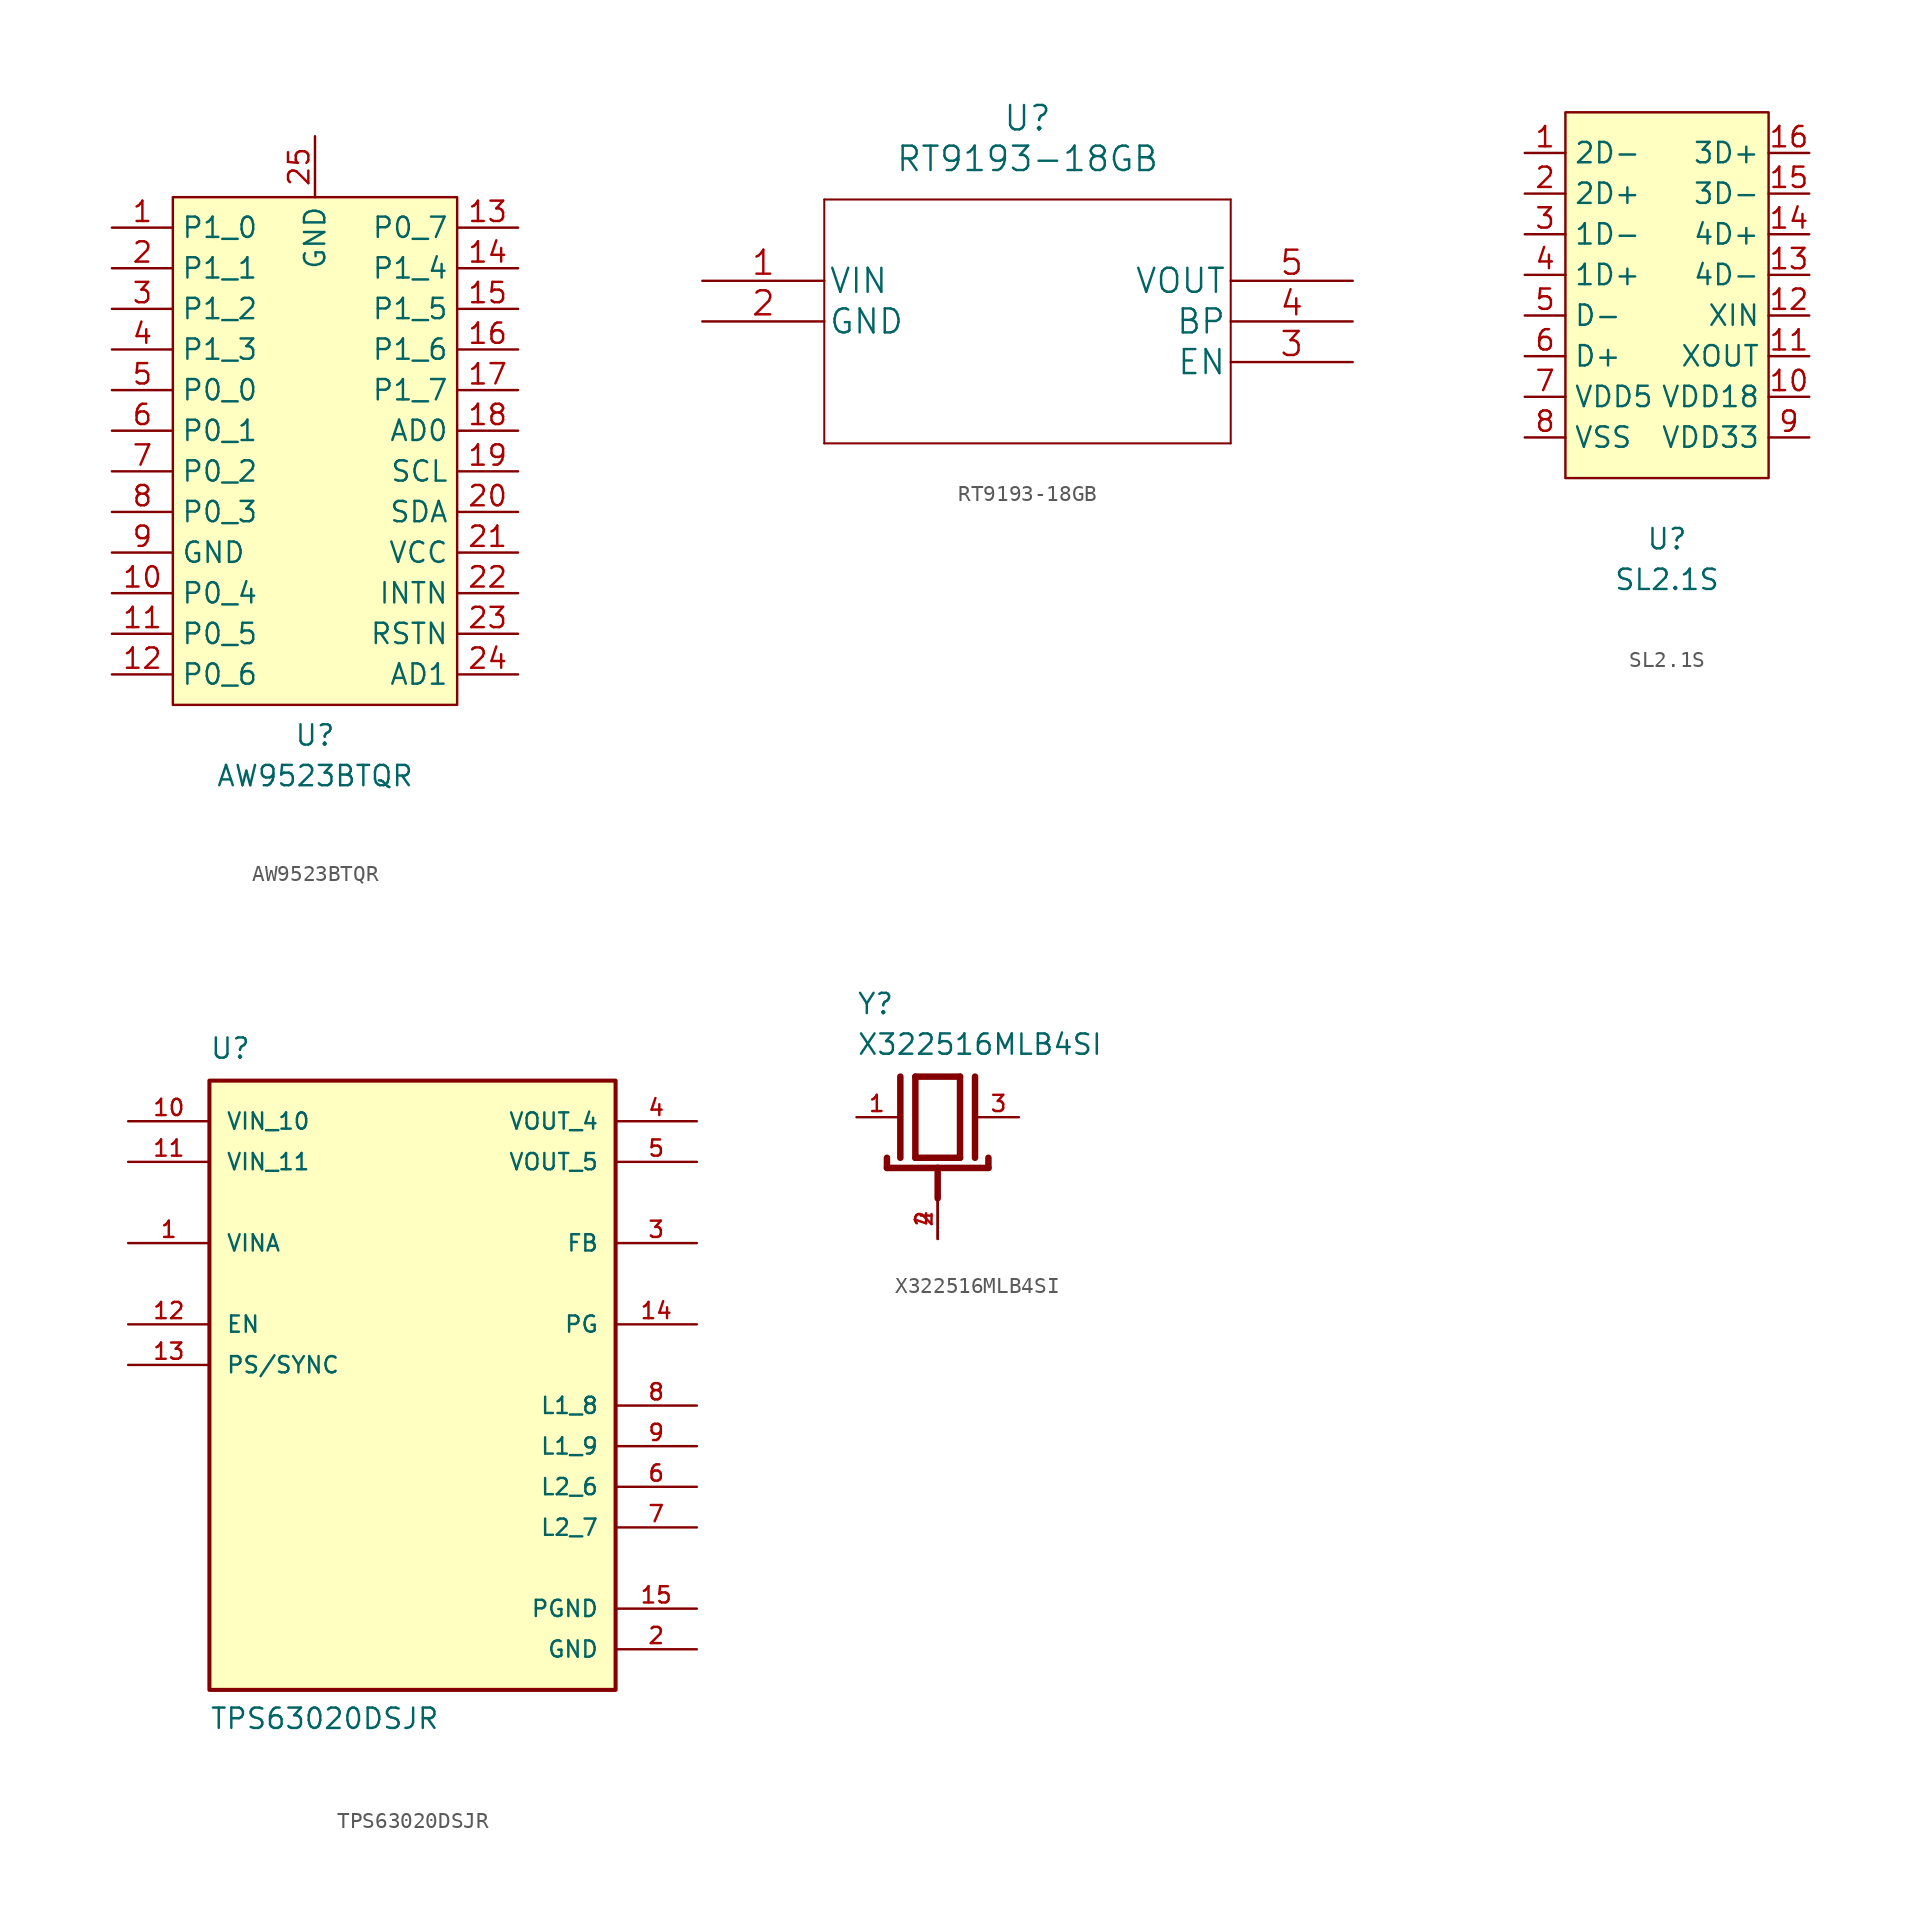
<source format=kicad_sym>
(kicad_symbol_lib
  (version 20211014)
  (generator kicad_symbol_editor)
  (symbol "AW9523BTQR"
    (property "Reference" "U"
      (at 0 -17.145 0)
      (effects (font (size 1.27 1.27))))
    (property "Value" "AW9523BTQR"
      (at 0 -19.685 0)
      (effects (font (size 1.27 1.27))))
    (symbol "AW9523BTQR_0_1"
      (rectangle (start -8.89 16.51) (end 8.89 -15.24) (stroke (width 0) (type default) (color 0 0 0 0)) (fill (type background))))
    (symbol "AW9523BTQR_1_1"
      (pin passive line (at -12.7 14.605 0) (length 3.81) (name "P1_0" (effects (font (size 1.27 1.27)))) (number "1" (effects (font (size 1.27 1.27)))))
      (pin passive line (at -12.7 -8.255 0) (length 3.81) (name "P0_4" (effects (font (size 1.27 1.27)))) (number "10" (effects (font (size 1.27 1.27)))))
      (pin passive line (at -12.7 -10.795 0) (length 3.81) (name "P0_5" (effects (font (size 1.27 1.27)))) (number "11" (effects (font (size 1.27 1.27)))))
      (pin passive line (at -12.7 -13.335 0) (length 3.81) (name "P0_6" (effects (font (size 1.27 1.27)))) (number "12" (effects (font (size 1.27 1.27)))))
      (pin passive line (at 12.7 14.605 180) (length 3.81) (name "P0_7" (effects (font (size 1.27 1.27)))) (number "13" (effects (font (size 1.27 1.27)))))
      (pin passive line (at 12.7 12.065 180) (length 3.81) (name "P1_4" (effects (font (size 1.27 1.27)))) (number "14" (effects (font (size 1.27 1.27)))))
      (pin passive line (at 12.7 9.525 180) (length 3.81) (name "P1_5" (effects (font (size 1.27 1.27)))) (number "15" (effects (font (size 1.27 1.27)))))
      (pin passive line (at 12.7 6.985 180) (length 3.81) (name "P1_6" (effects (font (size 1.27 1.27)))) (number "16" (effects (font (size 1.27 1.27)))))
      (pin passive line (at 12.7 4.445 180) (length 3.81) (name "P1_7" (effects (font (size 1.27 1.27)))) (number "17" (effects (font (size 1.27 1.27)))))
      (pin passive line (at 12.7 1.905 180) (length 3.81) (name "AD0" (effects (font (size 1.27 1.27)))) (number "18" (effects (font (size 1.27 1.27)))))
      (pin passive line (at 12.7 -0.635 180) (length 3.81) (name "SCL" (effects (font (size 1.27 1.27)))) (number "19" (effects (font (size 1.27 1.27)))))
      (pin passive line (at -12.7 12.065 0) (length 3.81) (name "P1_1" (effects (font (size 1.27 1.27)))) (number "2" (effects (font (size 1.27 1.27)))))
      (pin passive line (at 12.7 -3.175 180) (length 3.81) (name "SDA" (effects (font (size 1.27 1.27)))) (number "20" (effects (font (size 1.27 1.27)))))
      (pin passive line (at 12.7 -5.715 180) (length 3.81) (name "VCC" (effects (font (size 1.27 1.27)))) (number "21" (effects (font (size 1.27 1.27)))))
      (pin passive line (at 12.7 -8.255 180) (length 3.81) (name "INTN" (effects (font (size 1.27 1.27)))) (number "22" (effects (font (size 1.27 1.27)))))
      (pin passive line (at 12.7 -10.795 180) (length 3.81) (name "RSTN" (effects (font (size 1.27 1.27)))) (number "23" (effects (font (size 1.27 1.27)))))
      (pin passive line (at 12.7 -13.335 180) (length 3.81) (name "AD1" (effects (font (size 1.27 1.27)))) (number "24" (effects (font (size 1.27 1.27)))))
      (pin passive line (at 0 20.32 270) (length 3.81) (name "GND" (effects (font (size 1.27 1.27)))) (number "25" (effects (font (size 1.27 1.27)))))
      (pin passive line (at -12.7 9.525 0) (length 3.81) (name "P1_2" (effects (font (size 1.27 1.27)))) (number "3" (effects (font (size 1.27 1.27)))))
      (pin passive line (at -12.7 6.985 0) (length 3.81) (name "P1_3" (effects (font (size 1.27 1.27)))) (number "4" (effects (font (size 1.27 1.27)))))
      (pin passive line (at -12.7 4.445 0) (length 3.81) (name "P0_0" (effects (font (size 1.27 1.27)))) (number "5" (effects (font (size 1.27 1.27)))))
      (pin passive line (at -12.7 1.905 0) (length 3.81) (name "P0_1" (effects (font (size 1.27 1.27)))) (number "6" (effects (font (size 1.27 1.27)))))
      (pin passive line (at -12.7 -0.635 0) (length 3.81) (name "P0_2" (effects (font (size 1.27 1.27)))) (number "7" (effects (font (size 1.27 1.27)))))
      (pin passive line (at -12.7 -3.175 0) (length 3.81) (name "P0_3" (effects (font (size 1.27 1.27)))) (number "8" (effects (font (size 1.27 1.27)))))
      (pin passive line (at -12.7 -5.715 0) (length 3.81) (name "GND" (effects (font (size 1.27 1.27)))) (number "9" (effects (font (size 1.27 1.27)))))))
  (symbol "RT9193-18GB"
    (pin_names
      (offset 0.254))
    (property "Reference" "U"
      (at 20.32 10.16 0)
      (effects (font (size 1.524 1.524))))
    (property "Value" "RT9193-18GB"
      (at 20.32 7.62 0)
      (effects (font (size 1.524 1.524))))
    (property "Datasheet" ""
      (at 0 0 0)
      (effects (font (size 1.524 1.524))))
    (symbol "RT9193-18GB_1_1"
      (polyline (pts (xy 7.62 -10.16) (xy 33.02 -10.16)) (stroke (width 0.127) (type default) (color 0 0 0 0)) (fill (type none)))
      (polyline (pts (xy 7.62 5.08) (xy 7.62 -10.16)) (stroke (width 0.127) (type default) (color 0 0 0 0)) (fill (type none)))
      (polyline (pts (xy 33.02 -10.16) (xy 33.02 5.08)) (stroke (width 0.127) (type default) (color 0 0 0 0)) (fill (type none)))
      (polyline (pts (xy 33.02 5.08) (xy 7.62 5.08)) (stroke (width 0.127) (type default) (color 0 0 0 0)) (fill (type none)))
      (pin power_in line (at 0 0 0) (length 7.62) (name "VIN" (effects (font (size 1.499 1.499)))) (number "1" (effects (font (size 1.499 1.499)))))
      (pin power_in line (at 0 -2.54 0) (length 7.62) (name "GND" (effects (font (size 1.499 1.499)))) (number "2" (effects (font (size 1.499 1.499)))))
      (pin input line (at 40.64 -5.08 180) (length 7.62) (name "EN" (effects (font (size 1.499 1.499)))) (number "3" (effects (font (size 1.499 1.499)))))
      (pin unspecified line (at 40.64 -2.54 180) (length 7.62) (name "BP" (effects (font (size 1.499 1.499)))) (number "4" (effects (font (size 1.499 1.499)))))
      (pin output line (at 40.64 0 180) (length 7.62) (name "VOUT" (effects (font (size 1.499 1.499)))) (number "5" (effects (font (size 1.499 1.499)))))))
  (symbol "SL2.1S"
    (property "Reference" "U"
      (at 0 -13.97 0)
      (effects (font (size 1.27 1.27))))
    (property "Value" "SL2.1S"
      (at 0 -16.51 0)
      (effects (font (size 1.27 1.27))))
    (symbol "SL2.1S_0_1"
      (rectangle (start -6.35 12.7) (end 6.35 -10.16) (stroke (width 0) (type default) (color 0 0 0 0)) (fill (type background))))
    (symbol "SL2.1S_1_1"
      (pin input line (at -8.89 10.16 0) (length 2.54) (name "2D-" (effects (font (size 1.27 1.27)))) (number "1" (effects (font (size 1.27 1.27)))))
      (pin input line (at 8.89 -5.08 180) (length 2.54) (name "VDD18" (effects (font (size 1.27 1.27)))) (number "10" (effects (font (size 1.27 1.27)))))
      (pin input line (at 8.89 -2.54 180) (length 2.54) (name "XOUT" (effects (font (size 1.27 1.27)))) (number "11" (effects (font (size 1.27 1.27)))))
      (pin input line (at 8.89 0 180) (length 2.54) (name "XIN" (effects (font (size 1.27 1.27)))) (number "12" (effects (font (size 1.27 1.27)))))
      (pin input line (at 8.89 2.54 180) (length 2.54) (name "4D-" (effects (font (size 1.27 1.27)))) (number "13" (effects (font (size 1.27 1.27)))))
      (pin input line (at 8.89 5.08 180) (length 2.54) (name "4D+" (effects (font (size 1.27 1.27)))) (number "14" (effects (font (size 1.27 1.27)))))
      (pin input line (at 8.89 7.62 180) (length 2.54) (name "3D-" (effects (font (size 1.27 1.27)))) (number "15" (effects (font (size 1.27 1.27)))))
      (pin input line (at 8.89 10.16 180) (length 2.54) (name "3D+" (effects (font (size 1.27 1.27)))) (number "16" (effects (font (size 1.27 1.27)))))
      (pin input line (at -8.89 7.62 0) (length 2.54) (name "2D+" (effects (font (size 1.27 1.27)))) (number "2" (effects (font (size 1.27 1.27)))))
      (pin input line (at -8.89 5.08 0) (length 2.54) (name "1D-" (effects (font (size 1.27 1.27)))) (number "3" (effects (font (size 1.27 1.27)))))
      (pin input line (at -8.89 2.54 0) (length 2.54) (name "1D+" (effects (font (size 1.27 1.27)))) (number "4" (effects (font (size 1.27 1.27)))))
      (pin input line (at -8.89 0 0) (length 2.54) (name "D-" (effects (font (size 1.27 1.27)))) (number "5" (effects (font (size 1.27 1.27)))))
      (pin input line (at -8.89 -2.54 0) (length 2.54) (name "D+" (effects (font (size 1.27 1.27)))) (number "6" (effects (font (size 1.27 1.27)))))
      (pin input line (at -8.89 -5.08 0) (length 2.54) (name "VDD5" (effects (font (size 1.27 1.27)))) (number "7" (effects (font (size 1.27 1.27)))))
      (pin input line (at -8.89 -7.62 0) (length 2.54) (name "VSS" (effects (font (size 1.27 1.27)))) (number "8" (effects (font (size 1.27 1.27)))))
      (pin input line (at 8.89 -7.62 180) (length 2.54) (name "VDD33" (effects (font (size 1.27 1.27)))) (number "9" (effects (font (size 1.27 1.27)))))))
  (symbol "TPS63020DSJR"
    (pin_names
      (offset 1.016))
    (property "Reference" "U"
      (at -12.7 19.05 0)
      (effects (font (size 1.27 1.27)) (justify left bottom)))
    (property "Value" "TPS63020DSJR"
      (at -12.7 -22.86 0)
      (effects (font (size 1.27 1.27)) (justify left bottom)))
    (symbol "TPS63020DSJR_0_0"
      (rectangle (start -12.7 -20.32) (end 12.7 17.78) (stroke (width 0.254) (type default) (color 0 0 0 0)) (fill (type background)))
      (pin input line (at -17.78 7.62 0) (length 5.08) (name "VINA" (effects (font (size 1.016 1.016)))) (number "1" (effects (font (size 1.016 1.016)))))
      (pin input line (at -17.78 15.24 0) (length 5.08) (name "VIN_10" (effects (font (size 1.016 1.016)))) (number "10" (effects (font (size 1.016 1.016)))))
      (pin input line (at -17.78 12.7 0) (length 5.08) (name "VIN_11" (effects (font (size 1.016 1.016)))) (number "11" (effects (font (size 1.016 1.016)))))
      (pin input line (at -17.78 2.54 0) (length 5.08) (name "EN" (effects (font (size 1.016 1.016)))) (number "12" (effects (font (size 1.016 1.016)))))
      (pin input line (at -17.78 0 0) (length 5.08) (name "PS/SYNC" (effects (font (size 1.016 1.016)))) (number "13" (effects (font (size 1.016 1.016)))))
      (pin output line (at 17.78 2.54 180) (length 5.08) (name "PG" (effects (font (size 1.016 1.016)))) (number "14" (effects (font (size 1.016 1.016)))))
      (pin power_in line (at 17.78 -15.24 180) (length 5.08) (name "PGND" (effects (font (size 1.016 1.016)))) (number "15" (effects (font (size 1.016 1.016)))))
      (pin power_in line (at 17.78 -17.78 180) (length 5.08) (name "GND" (effects (font (size 1.016 1.016)))) (number "2" (effects (font (size 1.016 1.016)))))
      (pin input line (at 17.78 7.62 180) (length 5.08) (name "FB" (effects (font (size 1.016 1.016)))) (number "3" (effects (font (size 1.016 1.016)))))
      (pin output line (at 17.78 15.24 180) (length 5.08) (name "VOUT_4" (effects (font (size 1.016 1.016)))) (number "4" (effects (font (size 1.016 1.016)))))
      (pin output line (at 17.78 12.7 180) (length 5.08) (name "VOUT_5" (effects (font (size 1.016 1.016)))) (number "5" (effects (font (size 1.016 1.016)))))
      (pin passive line (at 17.78 -7.62 180) (length 5.08) (name "L2_6" (effects (font (size 1.016 1.016)))) (number "6" (effects (font (size 1.016 1.016)))))
      (pin passive line (at 17.78 -10.16 180) (length 5.08) (name "L2_7" (effects (font (size 1.016 1.016)))) (number "7" (effects (font (size 1.016 1.016)))))
      (pin passive line (at 17.78 -2.54 180) (length 5.08) (name "L1_8" (effects (font (size 1.016 1.016)))) (number "8" (effects (font (size 1.016 1.016)))))
      (pin passive line (at 17.78 -5.08 180) (length 5.08) (name "L1_9" (effects (font (size 1.016 1.016)))) (number "9" (effects (font (size 1.016 1.016)))))))
  (symbol "X322516MLB4SI"
    (pin_names
      (offset 1.016) hide)
    (property "Reference" "Y"
      (at -5.08 6.35 0)
      (effects (font (size 1.27 1.27)) (justify left bottom)))
    (property "Value" "X322516MLB4SI"
      (at -5.08 3.81 0)
      (effects (font (size 1.27 1.27)) (justify left bottom)))
    (symbol "X322516MLB4SI_0_0"
      (polyline (pts (xy -3.175 -3.175) (xy 0 -3.175)) (stroke (width 0.406) (type default) (color 0 0 0 0)) (fill (type none)))
      (polyline (pts (xy -3.175 -2.54) (xy -3.175 -3.175)) (stroke (width 0.406) (type default) (color 0 0 0 0)) (fill (type none)))
      (polyline (pts (xy -2.337 2.54) (xy -2.337 -2.54)) (stroke (width 0.406) (type default) (color 0 0 0 0)) (fill (type none)))
      (polyline (pts (xy -1.397 2.54) (xy -1.397 -2.54)) (stroke (width 0.406) (type default) (color 0 0 0 0)) (fill (type none)))
      (polyline (pts (xy -1.397 2.54) (xy 1.397 2.54)) (stroke (width 0.406) (type default) (color 0 0 0 0)) (fill (type none)))
      (polyline (pts (xy 0 -5.08) (xy 0 -3.175)) (stroke (width 0.406) (type default) (color 0 0 0 0)) (fill (type none)))
      (polyline (pts (xy 0 -3.175) (xy 3.175 -3.175)) (stroke (width 0.406) (type default) (color 0 0 0 0)) (fill (type none)))
      (polyline (pts (xy 1.397 -2.54) (xy -1.397 -2.54)) (stroke (width 0.406) (type default) (color 0 0 0 0)) (fill (type none)))
      (polyline (pts (xy 1.397 2.54) (xy 1.397 -2.54)) (stroke (width 0.406) (type default) (color 0 0 0 0)) (fill (type none)))
      (polyline (pts (xy 2.337 2.54) (xy 2.337 -2.54)) (stroke (width 0.406) (type default) (color 0 0 0 0)) (fill (type none)))
      (polyline (pts (xy 3.175 -3.175) (xy 3.175 -2.54)) (stroke (width 0.406) (type default) (color 0 0 0 0)) (fill (type none)))
      (pin passive line (at -5.08 0 0) (length 2.54) (name "~" (effects (font (size 1.016 1.016)))) (number "1" (effects (font (size 1.016 1.016)))))
      (pin power_in line (at 0 -7.62 90) (length 2.54) (name "~" (effects (font (size 1.016 1.016)))) (number "2" (effects (font (size 1.016 1.016)))))
      (pin passive line (at 5.08 0 180) (length 2.54) (name "~" (effects (font (size 1.016 1.016)))) (number "3" (effects (font (size 1.016 1.016)))))
      (pin power_in line (at 0 -7.62 90) (length 2.54) (name "~" (effects (font (size 1.016 1.016)))) (number "4" (effects (font (size 1.016 1.016))))))))
</source>
